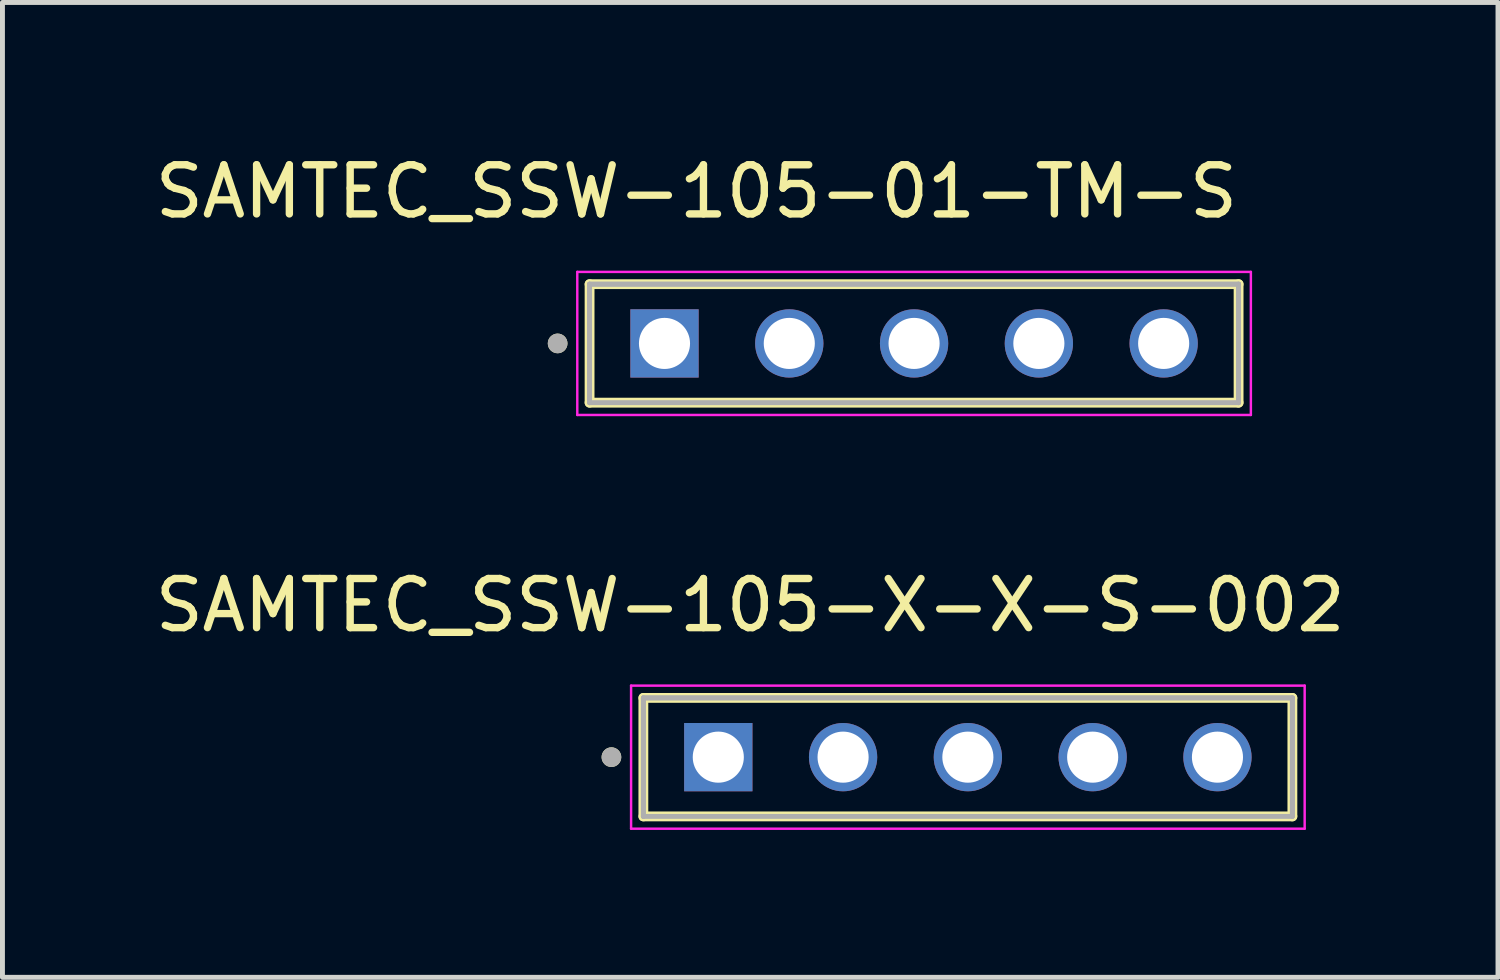
<source format=kicad_pcb>
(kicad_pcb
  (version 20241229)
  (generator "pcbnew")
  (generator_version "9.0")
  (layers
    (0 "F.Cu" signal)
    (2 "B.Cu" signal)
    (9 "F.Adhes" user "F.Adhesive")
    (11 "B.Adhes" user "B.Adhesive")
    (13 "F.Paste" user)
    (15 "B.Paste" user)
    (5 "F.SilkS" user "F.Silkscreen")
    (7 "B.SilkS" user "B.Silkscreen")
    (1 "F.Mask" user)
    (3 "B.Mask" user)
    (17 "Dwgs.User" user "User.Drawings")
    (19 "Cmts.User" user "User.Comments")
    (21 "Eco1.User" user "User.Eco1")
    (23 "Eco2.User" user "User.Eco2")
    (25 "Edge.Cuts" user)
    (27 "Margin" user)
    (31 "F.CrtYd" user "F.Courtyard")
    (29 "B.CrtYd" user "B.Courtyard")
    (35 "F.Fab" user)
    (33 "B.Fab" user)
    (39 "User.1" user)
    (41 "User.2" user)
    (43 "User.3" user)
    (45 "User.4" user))
  (footprint "SAMTEC_SSW-105-01-TM-S"
    (layer "F.Cu")
    (at 10.475 3.94)
    (property "Reference" "SAMTEC_SSW-105-01-TM-S" (at 0.65 -3.091 0) (layer "F.SilkS") (effects (font (size 1 1) (thickness 0.15))))
    (attr through_hole)
    (fp_line (start -1.525 1.206) (end -1.525 -1.206) (stroke (width 0.2) (type solid)) (layer "F.SilkS"))
    (fp_line (start 11.685 -1.206) (end -1.525 -1.206) (stroke (width 0.2) (type solid)) (layer "F.SilkS"))
    (fp_line (start 11.685 -1.206) (end 11.685 1.206) (stroke (width 0.2) (type solid)) (layer "F.SilkS"))
    (fp_line (start 11.685 1.206) (end -1.525 1.206) (stroke (width 0.2) (type solid)) (layer "F.SilkS"))
    (fp_circle (center -2.175 0) (end -2.075 0) (stroke (width 0.2) (type solid)) (fill no) (layer "F.SilkS"))
    (fp_line (start -1.775 -1.456) (end 11.935 -1.456) (stroke (width 0.05) (type solid)) (layer "F.CrtYd"))
    (fp_line (start -1.775 1.456) (end -1.775 -1.456) (stroke (width 0.05) (type solid)) (layer "F.CrtYd"))
    (fp_line (start 11.935 -1.456) (end 11.935 1.456) (stroke (width 0.05) (type solid)) (layer "F.CrtYd"))
    (fp_line (start 11.935 1.456) (end -1.775 1.456) (stroke (width 0.05) (type solid)) (layer "F.CrtYd"))
    (fp_line (start -1.525 -1.206) (end 11.685 -1.206) (stroke (width 0.1) (type solid)) (layer "F.Fab"))
    (fp_line (start -1.525 -1.206) (end 11.685 -1.206) (stroke (width 0.1) (type solid)) (layer "F.Fab"))
    (fp_line (start -1.525 1.206) (end -1.525 -1.206) (stroke (width 0.1) (type solid)) (layer "F.Fab"))
    (fp_line (start -1.525 1.206) (end -1.525 -1.206) (stroke (width 0.1) (type solid)) (layer "F.Fab"))
    (fp_line (start 11.685 -1.206) (end 11.685 1.206) (stroke (width 0.1) (type solid)) (layer "F.Fab"))
    (fp_line (start 11.685 -1.206) (end 11.685 1.206) (stroke (width 0.1) (type solid)) (layer "F.Fab"))
    (fp_line (start 11.685 1.206) (end -1.525 1.206) (stroke (width 0.1) (type solid)) (layer "F.Fab"))
    (fp_circle (center -2.175 0) (end -2.075 0) (stroke (width 0.2) (type solid)) (fill no) (layer "F.Fab"))
    (pad "01" thru_hole rect (at 0 0) (size 1.39 1.39) (drill 1.04) (layers "*.Cu" "*.Mask"))
    (pad "02" thru_hole circle (at 2.54 0) (size 1.39 1.39) (drill 1.04) (layers "*.Cu" "*.Mask"))
    (pad "03" thru_hole circle (at 5.08 0) (size 1.39 1.39) (drill 1.04) (layers "*.Cu" "*.Mask"))
    (pad "04" thru_hole circle (at 7.62 0) (size 1.39 1.39) (drill 1.04) (layers "*.Cu" "*.Mask"))
    (pad "05" thru_hole circle (at 10.16 0) (size 1.39 1.39) (drill 1.04) (layers "*.Cu" "*.Mask")))
  (footprint "SAMTEC_SSW-105-X-X-S-002"
    (layer "F.Cu")
    (at 11.57 12.361)
    (property "Reference" "SAMTEC_SSW-105-X-X-S-002" (at 0.65 -3.091 0) (layer "F.SilkS") (effects (font (size 1 1) (thickness 0.15))))
    (attr through_hole)
    (fp_line (start -1.525 1.206) (end -1.525 -1.206) (stroke (width 0.2) (type solid)) (layer "F.SilkS"))
    (fp_line (start 11.685 -1.206) (end -1.525 -1.206) (stroke (width 0.2) (type solid)) (layer "F.SilkS"))
    (fp_line (start 11.685 -1.206) (end 11.685 1.206) (stroke (width 0.2) (type solid)) (layer "F.SilkS"))
    (fp_line (start 11.685 1.206) (end -1.525 1.206) (stroke (width 0.2) (type solid)) (layer "F.SilkS"))
    (fp_circle (center -2.175 0) (end -2.075 0) (stroke (width 0.2) (type solid)) (fill no) (layer "F.SilkS"))
    (fp_line (start -1.775 -1.456) (end 11.935 -1.456) (stroke (width 0.05) (type solid)) (layer "F.CrtYd"))
    (fp_line (start -1.775 1.456) (end -1.775 -1.456) (stroke (width 0.05) (type solid)) (layer "F.CrtYd"))
    (fp_line (start 11.935 -1.456) (end 11.935 1.456) (stroke (width 0.05) (type solid)) (layer "F.CrtYd"))
    (fp_line (start 11.935 1.456) (end -1.775 1.456) (stroke (width 0.05) (type solid)) (layer "F.CrtYd"))
    (fp_line (start -1.525 -1.206) (end 11.685 -1.206) (stroke (width 0.1) (type solid)) (layer "F.Fab"))
    (fp_line (start -1.525 -1.206) (end 11.685 -1.206) (stroke (width 0.1) (type solid)) (layer "F.Fab"))
    (fp_line (start -1.525 1.206) (end -1.525 -1.206) (stroke (width 0.1) (type solid)) (layer "F.Fab"))
    (fp_line (start -1.525 1.206) (end -1.525 -1.206) (stroke (width 0.1) (type solid)) (layer "F.Fab"))
    (fp_line (start 11.685 -1.206) (end 11.685 1.206) (stroke (width 0.1) (type solid)) (layer "F.Fab"))
    (fp_line (start 11.685 -1.206) (end 11.685 1.206) (stroke (width 0.1) (type solid)) (layer "F.Fab"))
    (fp_line (start 11.685 1.206) (end -1.525 1.206) (stroke (width 0.1) (type solid)) (layer "F.Fab"))
    (fp_circle (center -2.175 0) (end -2.075 0) (stroke (width 0.2) (type solid)) (fill no) (layer "F.Fab"))
    (pad "01" thru_hole rect (at 0 0) (size 1.39 1.39) (drill 1.04) (layers "*.Cu" "*.Mask"))
    (pad "02" thru_hole circle (at 2.54 0) (size 1.39 1.39) (drill 1.04) (layers "*.Cu" "*.Mask"))
    (pad "03" thru_hole circle (at 5.08 0) (size 1.39 1.39) (drill 1.04) (layers "*.Cu" "*.Mask"))
    (pad "04" thru_hole circle (at 7.62 0) (size 1.39 1.39) (drill 1.04) (layers "*.Cu" "*.Mask"))
    (pad "05" thru_hole circle (at 10.16 0) (size 1.39 1.39) (drill 1.04) (layers "*.Cu" "*.Mask")))
  (gr_rect
    (start -3 -3)
    (end 27.44 16.843)
    (stroke (width 0.1) (type default))
    (fill no)
    (layer "Edge.Cuts")))
</source>
